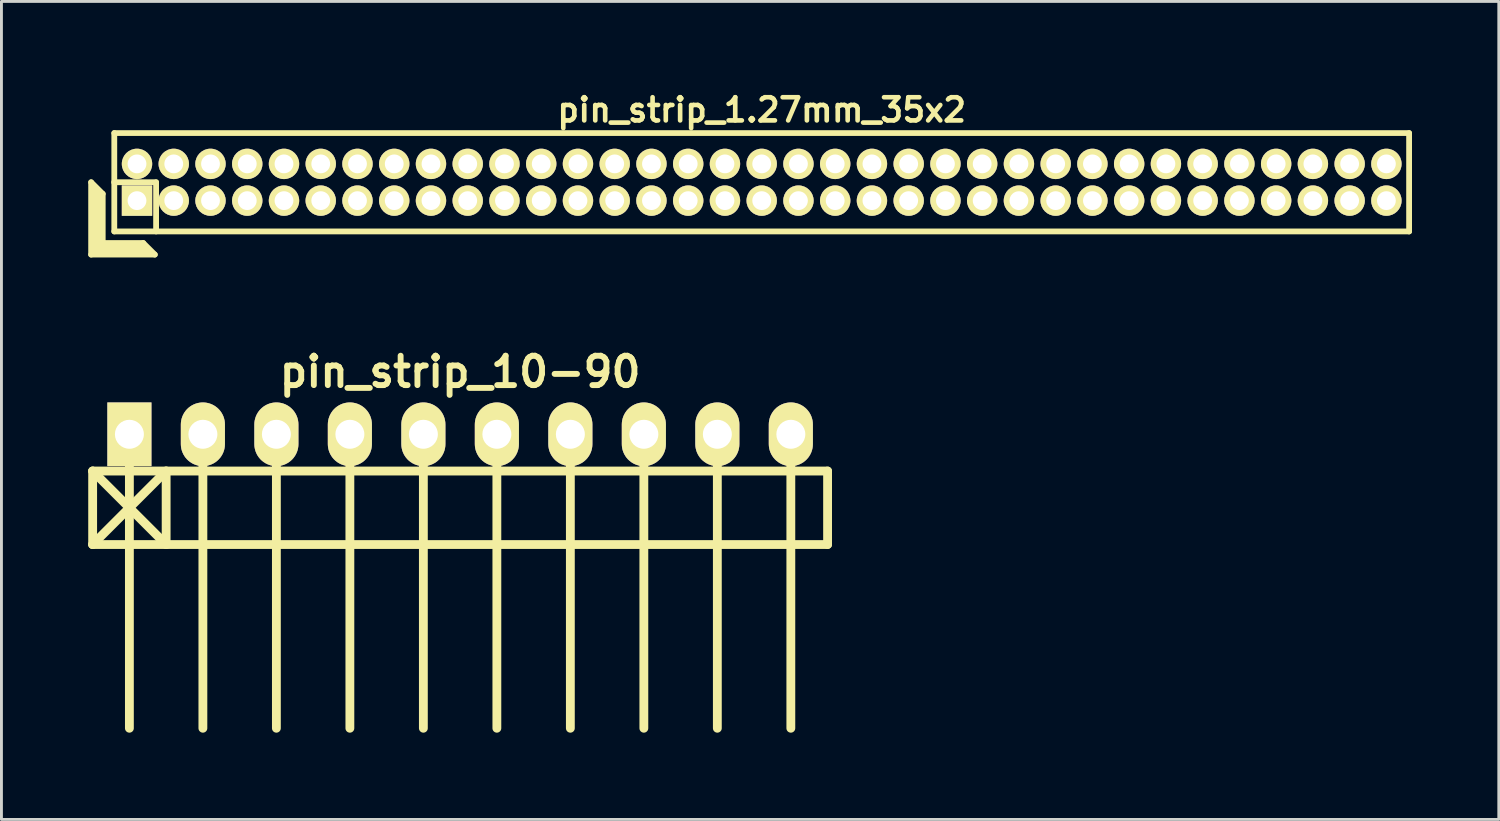
<source format=kicad_pcb>
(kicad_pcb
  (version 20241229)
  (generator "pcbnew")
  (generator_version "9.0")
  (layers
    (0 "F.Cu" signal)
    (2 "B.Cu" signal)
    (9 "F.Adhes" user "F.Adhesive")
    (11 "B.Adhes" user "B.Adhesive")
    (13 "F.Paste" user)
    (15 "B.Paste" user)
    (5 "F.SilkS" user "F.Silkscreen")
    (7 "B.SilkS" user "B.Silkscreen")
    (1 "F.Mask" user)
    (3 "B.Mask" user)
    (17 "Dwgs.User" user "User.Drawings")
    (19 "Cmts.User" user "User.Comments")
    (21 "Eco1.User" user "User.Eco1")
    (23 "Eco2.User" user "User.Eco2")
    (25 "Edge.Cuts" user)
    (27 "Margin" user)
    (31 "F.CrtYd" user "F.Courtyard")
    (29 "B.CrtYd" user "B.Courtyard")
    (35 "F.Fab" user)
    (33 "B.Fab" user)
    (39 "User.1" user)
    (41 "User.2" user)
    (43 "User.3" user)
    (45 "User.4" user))
  (footprint "pin_strip_10-90"
    (layer "F.Cu")
    (at 12.852 11.959)
    (property "Reference" "pin_strip_10-90" (at 0 -2.159 0) (layer "F.SilkS") (effects (font (size 1.016 1.016) (thickness 0.203))))
    (attr through_hole)
    (fp_line (start -12.7 1.27) (end 12.7 1.27) (stroke (width 0.305) (type solid)) (layer "F.SilkS"))
    (fp_line (start -12.7 3.81) (end -12.7 1.27) (stroke (width 0.305) (type solid)) (layer "F.SilkS"))
    (fp_line (start -12.7 3.81) (end -10.16 1.27) (stroke (width 0.305) (type solid)) (layer "F.SilkS"))
    (fp_line (start -11.43 0) (end -11.43 10.16) (stroke (width 0.305) (type solid)) (layer "F.SilkS"))
    (fp_line (start -10.16 1.27) (end -10.16 3.81) (stroke (width 0.305) (type solid)) (layer "F.SilkS"))
    (fp_line (start -10.16 3.81) (end -12.7 1.27) (stroke (width 0.305) (type solid)) (layer "F.SilkS"))
    (fp_line (start -8.89 0) (end -8.89 10.16) (stroke (width 0.305) (type solid)) (layer "F.SilkS"))
    (fp_line (start -6.35 10.16) (end -6.35 0) (stroke (width 0.305) (type solid)) (layer "F.SilkS"))
    (fp_line (start -3.81 0) (end -3.81 10.16) (stroke (width 0.305) (type solid)) (layer "F.SilkS"))
    (fp_line (start -1.27 0) (end -1.27 10.16) (stroke (width 0.305) (type solid)) (layer "F.SilkS"))
    (fp_line (start 1.27 0) (end 1.27 10.16) (stroke (width 0.305) (type solid)) (layer "F.SilkS"))
    (fp_line (start 3.81 0) (end 3.81 10.16) (stroke (width 0.305) (type solid)) (layer "F.SilkS"))
    (fp_line (start 6.35 0) (end 6.35 10.16) (stroke (width 0.305) (type solid)) (layer "F.SilkS"))
    (fp_line (start 8.89 0) (end 8.89 10.16) (stroke (width 0.305) (type solid)) (layer "F.SilkS"))
    (fp_line (start 11.43 0) (end 11.43 10.16) (stroke (width 0.305) (type solid)) (layer "F.SilkS"))
    (fp_line (start 12.7 1.27) (end 12.7 3.81) (stroke (width 0.305) (type solid)) (layer "F.SilkS"))
    (fp_line (start 12.7 3.81) (end -12.7 3.81) (stroke (width 0.305) (type solid)) (layer "F.SilkS"))
    (pad "1" thru_hole rect (at -11.43 0) (size 1.524 2.2) (drill 1.001) (layers "*.Cu" "*.Mask" "F.SilkS"))
    (pad "2" thru_hole oval (at -8.89 0) (size 1.524 2.2) (drill 1.001) (layers "*.Cu" "*.Mask" "F.SilkS"))
    (pad "3" thru_hole oval (at -6.35 0) (size 1.524 2.2) (drill 1.001) (layers "*.Cu" "*.Mask" "F.SilkS"))
    (pad "4" thru_hole oval (at -3.81 0) (size 1.524 2.2) (drill 1.001) (layers "*.Cu" "*.Mask" "F.SilkS"))
    (pad "5" thru_hole oval (at -1.27 0) (size 1.524 2.2) (drill 1.001) (layers "*.Cu" "*.Mask" "F.SilkS"))
    (pad "6" thru_hole oval (at 1.27 0) (size 1.524 2.2) (drill 1.001) (layers "*.Cu" "*.Mask" "F.SilkS"))
    (pad "7" thru_hole oval (at 3.81 0) (size 1.524 2.2) (drill 1.001) (layers "*.Cu" "*.Mask" "F.SilkS"))
    (pad "8" thru_hole oval (at 6.35 0) (size 1.524 2.2) (drill 1.001) (layers "*.Cu" "*.Mask" "F.SilkS"))
    (pad "9" thru_hole oval (at 8.89 0) (size 1.524 2.2) (drill 1.001) (layers "*.Cu" "*.Mask" "F.SilkS"))
    (pad "10" thru_hole oval (at 11.43 0) (size 1.524 2.2) (drill 1.001) (layers "*.Cu" "*.Mask" "F.SilkS")))
  (footprint "pin_strip_1.27mm_35x2"
    (layer "F.Cu")
    (at 23.275 3.249)
    (property "Reference" "pin_strip_1.27mm_35x2" (at 0 -2.5 0) (layer "F.SilkS") (effects (font (size 0.8 0.8) (thickness 0.16))))
    (attr through_hole)
    (fp_line (start -23.175 0) (end -23.175 2.5) (stroke (width 0.2) (type solid)) (layer "F.SilkS"))
    (fp_line (start -23.175 0) (end -22.775 0.4) (stroke (width 0.2) (type solid)) (layer "F.SilkS"))
    (fp_line (start -23.175 2.5) (end -20.975 2.5) (stroke (width 0.2) (type solid)) (layer "F.SilkS"))
    (fp_line (start -23.075 2.4) (end -23.075 0.2) (stroke (width 0.2) (type solid)) (layer "F.SilkS"))
    (fp_line (start -23.075 2.4) (end -21.175 2.4) (stroke (width 0.2) (type solid)) (layer "F.SilkS"))
    (fp_line (start -22.975 2.3) (end -22.975 0.3) (stroke (width 0.2) (type solid)) (layer "F.SilkS"))
    (fp_line (start -22.975 2.3) (end -21.275 2.3) (stroke (width 0.2) (type solid)) (layer "F.SilkS"))
    (fp_line (start -22.875 2.2) (end -22.875 0.4) (stroke (width 0.2) (type solid)) (layer "F.SilkS"))
    (fp_line (start -22.875 2.2) (end -21.375 2.2) (stroke (width 0.2) (type solid)) (layer "F.SilkS"))
    (fp_line (start -22.775 2.1) (end -22.775 0.4) (stroke (width 0.2) (type solid)) (layer "F.SilkS"))
    (fp_line (start -22.775 2.1) (end -21.375 2.1) (stroke (width 0.2) (type solid)) (layer "F.SilkS"))
    (fp_line (start -22.38 0) (end -20.93 0) (stroke (width 0.2) (type solid)) (layer "F.SilkS"))
    (fp_line (start -22.375 -1.7) (end 22.375 -1.7) (stroke (width 0.2) (type solid)) (layer "F.SilkS"))
    (fp_line (start -22.375 1.7) (end -22.375 -1.7) (stroke (width 0.2) (type solid)) (layer "F.SilkS"))
    (fp_line (start -21.375 2.1) (end -20.975 2.5) (stroke (width 0.2) (type solid)) (layer "F.SilkS"))
    (fp_line (start -20.93 0) (end -20.93 1.7) (stroke (width 0.2) (type solid)) (layer "F.SilkS"))
    (fp_line (start 22.375 -1.7) (end 22.375 1.7) (stroke (width 0.2) (type solid)) (layer "F.SilkS"))
    (fp_line (start 22.375 1.7) (end -22.375 1.7) (stroke (width 0.2) (type solid)) (layer "F.SilkS"))
    (pad "1" thru_hole rect (at -21.59 0.635) (size 1.05 1.05) (drill 0.65) (layers "*.Cu" "*.Mask" "F.SilkS"))
    (pad "2" thru_hole oval (at -21.59 -0.635) (size 1.05 1.05) (drill 0.65) (layers "*.Cu" "*.Mask" "F.SilkS"))
    (pad "3" thru_hole oval (at -20.32 0.635) (size 1.05 1.05) (drill 0.65) (layers "*.Cu" "*.Mask" "F.SilkS"))
    (pad "4" thru_hole oval (at -20.32 -0.635) (size 1.05 1.05) (drill 0.65) (layers "*.Cu" "*.Mask" "F.SilkS"))
    (pad "5" thru_hole oval (at -19.05 0.635) (size 1.05 1.05) (drill 0.65) (layers "*.Cu" "*.Mask" "F.SilkS"))
    (pad "6" thru_hole oval (at -19.05 -0.635) (size 1.05 1.05) (drill 0.65) (layers "*.Cu" "*.Mask" "F.SilkS"))
    (pad "7" thru_hole oval (at -17.78 0.635) (size 1.05 1.05) (drill 0.65) (layers "*.Cu" "*.Mask" "F.SilkS"))
    (pad "8" thru_hole oval (at -17.78 -0.635) (size 1.05 1.05) (drill 0.65) (layers "*.Cu" "*.Mask" "F.SilkS"))
    (pad "9" thru_hole oval (at -16.51 0.635) (size 1.05 1.05) (drill 0.65) (layers "*.Cu" "*.Mask" "F.SilkS"))
    (pad "10" thru_hole oval (at -16.51 -0.635) (size 1.05 1.05) (drill 0.65) (layers "*.Cu" "*.Mask" "F.SilkS"))
    (pad "11" thru_hole oval (at -15.24 0.635) (size 1.05 1.05) (drill 0.65) (layers "*.Cu" "*.Mask" "F.SilkS"))
    (pad "12" thru_hole oval (at -15.24 -0.635) (size 1.05 1.05) (drill 0.65) (layers "*.Cu" "*.Mask" "F.SilkS"))
    (pad "13" thru_hole oval (at -13.97 0.635) (size 1.05 1.05) (drill 0.65) (layers "*.Cu" "*.Mask" "F.SilkS"))
    (pad "14" thru_hole oval (at -13.97 -0.635) (size 1.05 1.05) (drill 0.65) (layers "*.Cu" "*.Mask" "F.SilkS"))
    (pad "15" thru_hole oval (at -12.7 0.635) (size 1.05 1.05) (drill 0.65) (layers "*.Cu" "*.Mask" "F.SilkS"))
    (pad "16" thru_hole oval (at -12.7 -0.635) (size 1.05 1.05) (drill 0.65) (layers "*.Cu" "*.Mask" "F.SilkS"))
    (pad "17" thru_hole oval (at -11.43 0.635) (size 1.05 1.05) (drill 0.65) (layers "*.Cu" "*.Mask" "F.SilkS"))
    (pad "18" thru_hole oval (at -11.43 -0.635) (size 1.05 1.05) (drill 0.65) (layers "*.Cu" "*.Mask" "F.SilkS"))
    (pad "19" thru_hole oval (at -10.16 0.635) (size 1.05 1.05) (drill 0.65) (layers "*.Cu" "*.Mask" "F.SilkS"))
    (pad "20" thru_hole oval (at -10.16 -0.635) (size 1.05 1.05) (drill 0.65) (layers "*.Cu" "*.Mask" "F.SilkS"))
    (pad "21" thru_hole oval (at -8.89 0.635) (size 1.05 1.05) (drill 0.65) (layers "*.Cu" "*.Mask" "F.SilkS"))
    (pad "22" thru_hole oval (at -8.89 -0.635) (size 1.05 1.05) (drill 0.65) (layers "*.Cu" "*.Mask" "F.SilkS"))
    (pad "23" thru_hole oval (at -7.62 0.635) (size 1.05 1.05) (drill 0.65) (layers "*.Cu" "*.Mask" "F.SilkS"))
    (pad "24" thru_hole oval (at -7.62 -0.635) (size 1.05 1.05) (drill 0.65) (layers "*.Cu" "*.Mask" "F.SilkS"))
    (pad "25" thru_hole oval (at -6.35 0.635) (size 1.05 1.05) (drill 0.65) (layers "*.Cu" "*.Mask" "F.SilkS"))
    (pad "26" thru_hole oval (at -6.35 -0.635) (size 1.05 1.05) (drill 0.65) (layers "*.Cu" "*.Mask" "F.SilkS"))
    (pad "27" thru_hole oval (at -5.08 0.635) (size 1.05 1.05) (drill 0.65) (layers "*.Cu" "*.Mask" "F.SilkS"))
    (pad "28" thru_hole oval (at -5.08 -0.635) (size 1.05 1.05) (drill 0.65) (layers "*.Cu" "*.Mask" "F.SilkS"))
    (pad "29" thru_hole oval (at -3.81 0.635) (size 1.05 1.05) (drill 0.65) (layers "*.Cu" "*.Mask" "F.SilkS"))
    (pad "30" thru_hole oval (at -3.81 -0.635) (size 1.05 1.05) (drill 0.65) (layers "*.Cu" "*.Mask" "F.SilkS"))
    (pad "31" thru_hole oval (at -2.54 0.635) (size 1.05 1.05) (drill 0.65) (layers "*.Cu" "*.Mask" "F.SilkS"))
    (pad "32" thru_hole oval (at -2.54 -0.635) (size 1.05 1.05) (drill 0.65) (layers "*.Cu" "*.Mask" "F.SilkS"))
    (pad "33" thru_hole oval (at -1.27 0.635) (size 1.05 1.05) (drill 0.65) (layers "*.Cu" "*.Mask" "F.SilkS"))
    (pad "34" thru_hole oval (at -1.27 -0.635) (size 1.05 1.05) (drill 0.65) (layers "*.Cu" "*.Mask" "F.SilkS"))
    (pad "35" thru_hole oval (at 0 0.635) (size 1.05 1.05) (drill 0.65) (layers "*.Cu" "*.Mask" "F.SilkS"))
    (pad "36" thru_hole oval (at 0 -0.635) (size 1.05 1.05) (drill 0.65) (layers "*.Cu" "*.Mask" "F.SilkS"))
    (pad "37" thru_hole oval (at 1.27 0.635) (size 1.05 1.05) (drill 0.65) (layers "*.Cu" "*.Mask" "F.SilkS"))
    (pad "38" thru_hole oval (at 1.27 -0.635) (size 1.05 1.05) (drill 0.65) (layers "*.Cu" "*.Mask" "F.SilkS"))
    (pad "39" thru_hole oval (at 2.54 0.635) (size 1.05 1.05) (drill 0.65) (layers "*.Cu" "*.Mask" "F.SilkS"))
    (pad "40" thru_hole oval (at 2.54 -0.635) (size 1.05 1.05) (drill 0.65) (layers "*.Cu" "*.Mask" "F.SilkS"))
    (pad "41" thru_hole oval (at 3.81 0.635) (size 1.05 1.05) (drill 0.65) (layers "*.Cu" "*.Mask" "F.SilkS"))
    (pad "42" thru_hole oval (at 3.81 -0.635) (size 1.05 1.05) (drill 0.65) (layers "*.Cu" "*.Mask" "F.SilkS"))
    (pad "43" thru_hole oval (at 5.08 0.635) (size 1.05 1.05) (drill 0.65) (layers "*.Cu" "*.Mask" "F.SilkS"))
    (pad "44" thru_hole oval (at 5.08 -0.635) (size 1.05 1.05) (drill 0.65) (layers "*.Cu" "*.Mask" "F.SilkS"))
    (pad "45" thru_hole oval (at 6.35 0.635) (size 1.05 1.05) (drill 0.65) (layers "*.Cu" "*.Mask" "F.SilkS"))
    (pad "46" thru_hole oval (at 6.35 -0.635) (size 1.05 1.05) (drill 0.65) (layers "*.Cu" "*.Mask" "F.SilkS"))
    (pad "47" thru_hole oval (at 7.62 0.635) (size 1.05 1.05) (drill 0.65) (layers "*.Cu" "*.Mask" "F.SilkS"))
    (pad "48" thru_hole oval (at 7.62 -0.635) (size 1.05 1.05) (drill 0.65) (layers "*.Cu" "*.Mask" "F.SilkS"))
    (pad "49" thru_hole oval (at 8.89 0.635) (size 1.05 1.05) (drill 0.65) (layers "*.Cu" "*.Mask" "F.SilkS"))
    (pad "50" thru_hole oval (at 8.89 -0.635) (size 1.05 1.05) (drill 0.65) (layers "*.Cu" "*.Mask" "F.SilkS"))
    (pad "51" thru_hole circle (at 10.16 0.635) (size 1.05 1.05) (drill 0.65) (layers "*.Cu" "*.Mask" "F.SilkS"))
    (pad "52" thru_hole oval (at 10.16 -0.635) (size 1.05 1.05) (drill 0.65) (layers "*.Cu" "*.Mask" "F.SilkS"))
    (pad "53" thru_hole oval (at 11.43 0.635) (size 1.05 1.05) (drill 0.65) (layers "*.Cu" "*.Mask" "F.SilkS"))
    (pad "54" thru_hole oval (at 11.43 -0.635) (size 1.05 1.05) (drill 0.65) (layers "*.Cu" "*.Mask" "F.SilkS"))
    (pad "55" thru_hole oval (at 12.7 0.635) (size 1.05 1.05) (drill 0.65) (layers "*.Cu" "*.Mask" "F.SilkS"))
    (pad "56" thru_hole oval (at 12.7 -0.635) (size 1.05 1.05) (drill 0.65) (layers "*.Cu" "*.Mask" "F.SilkS"))
    (pad "57" thru_hole oval (at 13.97 0.635) (size 1.05 1.05) (drill 0.65) (layers "*.Cu" "*.Mask" "F.SilkS"))
    (pad "58" thru_hole oval (at 13.97 -0.635) (size 1.05 1.05) (drill 0.65) (layers "*.Cu" "*.Mask" "F.SilkS"))
    (pad "59" thru_hole oval (at 15.24 0.635) (size 1.05 1.05) (drill 0.65) (layers "*.Cu" "*.Mask" "F.SilkS"))
    (pad "60" thru_hole oval (at 15.24 -0.635) (size 1.05 1.05) (drill 0.65) (layers "*.Cu" "*.Mask" "F.SilkS"))
    (pad "61" thru_hole oval (at 16.51 0.635) (size 1.05 1.05) (drill 0.65) (layers "*.Cu" "*.Mask" "F.SilkS"))
    (pad "62" thru_hole oval (at 16.51 -0.635) (size 1.05 1.05) (drill 0.65) (layers "*.Cu" "*.Mask" "F.SilkS"))
    (pad "63" thru_hole oval (at 17.78 0.635) (size 1.05 1.05) (drill 0.65) (layers "*.Cu" "*.Mask" "F.SilkS"))
    (pad "64" thru_hole oval (at 17.78 -0.635) (size 1.05 1.05) (drill 0.65) (layers "*.Cu" "*.Mask" "F.SilkS"))
    (pad "65" thru_hole oval (at 19.05 0.635) (size 1.05 1.05) (drill 0.65) (layers "*.Cu" "*.Mask" "F.SilkS"))
    (pad "66" thru_hole oval (at 19.05 -0.635) (size 1.05 1.05) (drill 0.65) (layers "*.Cu" "*.Mask" "F.SilkS"))
    (pad "67" thru_hole oval (at 20.32 0.635) (size 1.05 1.05) (drill 0.65) (layers "*.Cu" "*.Mask" "F.SilkS"))
    (pad "68" thru_hole oval (at 20.32 -0.635) (size 1.05 1.05) (drill 0.65) (layers "*.Cu" "*.Mask" "F.SilkS"))
    (pad "69" thru_hole oval (at 21.59 0.635) (size 1.05 1.05) (drill 0.65) (layers "*.Cu" "*.Mask" "F.SilkS"))
    (pad "70" thru_hole oval (at 21.59 -0.635) (size 1.05 1.05) (drill 0.65) (layers "*.Cu" "*.Mask" "F.SilkS")))
  (gr_rect
    (start -3 -3)
    (end 48.75 25.271)
    (stroke (width 0.1) (type default))
    (fill no)
    (layer "Edge.Cuts")))
</source>
